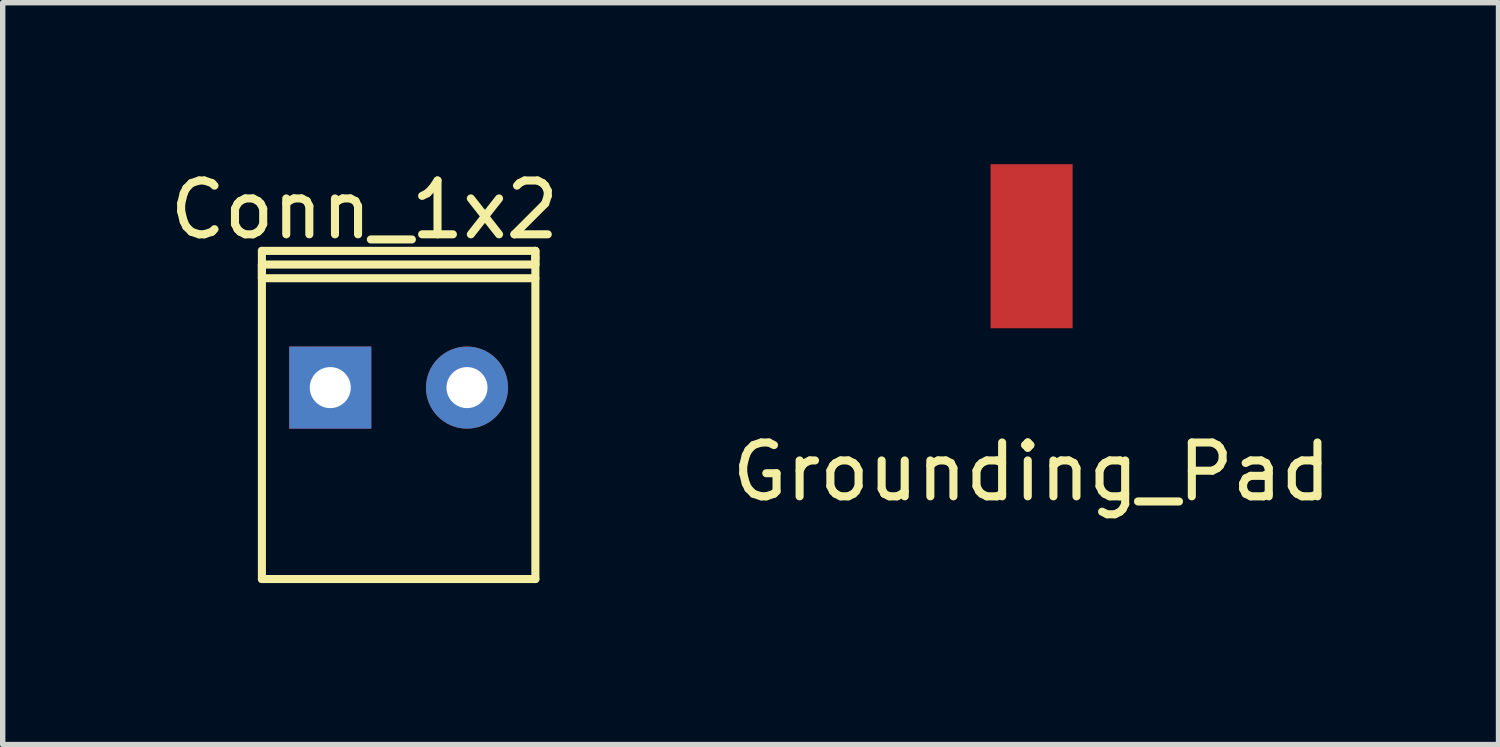
<source format=kicad_pcb>
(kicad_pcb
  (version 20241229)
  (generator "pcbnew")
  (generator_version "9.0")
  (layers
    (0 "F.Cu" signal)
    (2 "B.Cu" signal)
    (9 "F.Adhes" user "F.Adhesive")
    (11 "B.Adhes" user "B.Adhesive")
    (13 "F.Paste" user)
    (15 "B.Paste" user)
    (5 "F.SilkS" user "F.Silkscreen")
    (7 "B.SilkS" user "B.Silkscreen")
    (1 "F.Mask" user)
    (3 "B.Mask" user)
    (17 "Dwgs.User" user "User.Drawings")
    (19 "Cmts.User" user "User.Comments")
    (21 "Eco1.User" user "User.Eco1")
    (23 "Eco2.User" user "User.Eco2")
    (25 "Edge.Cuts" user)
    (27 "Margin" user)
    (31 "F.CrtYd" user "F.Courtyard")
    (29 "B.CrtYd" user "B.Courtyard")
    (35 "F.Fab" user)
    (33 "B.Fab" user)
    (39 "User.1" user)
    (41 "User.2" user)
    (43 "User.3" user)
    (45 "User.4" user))
  (footprint "Grounding_Pad"
    (layer "F.Cu")
    (at 16.113 1.651)
    (property "Reference" "Grounding_Pad" (at 0 4.064 0) (layer "F.SilkS") (effects (font (size 1 1) (thickness 0.15))))
    (attr through_hole)
    (pad "1" smd rect (at 0 -0.127) (size 1.524 3.048) (layers "F.Cu" "F.Mask" "F.Paste")))
  (footprint "Conn_1x2"
    (layer "F.Cu")
    (at 4.355 4.15)
    (property "Reference" "Conn_1x2" (at -0.635 -3.302 0) (layer "F.SilkS") (effects (font (size 1 1) (thickness 0.15))))
    (attr through_hole)
    (fp_line (start -2.54 -2.54) (end -2.54 3.556) (stroke (width 0.15) (type solid)) (layer "F.SilkS"))
    (fp_line (start -2.54 -2.286) (end -2.54 -2.032) (stroke (width 0.15) (type solid)) (layer "F.SilkS"))
    (fp_line (start -2.54 -2.032) (end 2.54 -2.032) (stroke (width 0.15) (type solid)) (layer "F.SilkS"))
    (fp_line (start -2.54 3.556) (end 2.54 3.556) (stroke (width 0.15) (type solid)) (layer "F.SilkS"))
    (fp_line (start 2.54 -2.54) (end -2.54 -2.54) (stroke (width 0.15) (type solid)) (layer "F.SilkS"))
    (fp_line (start 2.54 -2.54) (end 2.54 -2.413) (stroke (width 0.15) (type solid)) (layer "F.SilkS"))
    (fp_line (start 2.54 -2.413) (end 2.54 -2.286) (stroke (width 0.15) (type solid)) (layer "F.SilkS"))
    (fp_line (start 2.54 -2.286) (end -2.54 -2.286) (stroke (width 0.15) (type solid)) (layer "F.SilkS"))
    (fp_line (start 2.54 3.556) (end 2.54 -2.54) (stroke (width 0.15) (type solid)) (layer "F.SilkS"))
    (pad "1" thru_hole rect (at -1.27 0) (size 1.524 1.524) (drill 0.762) (layers "*.Cu" "*.Mask"))
    (pad "2" thru_hole circle (at 1.27 0) (size 1.524 1.524) (drill 0.762) (layers "*.Cu" "*.Mask")))
  (gr_rect
    (start -3 -3)
    (end 24.786 10.781)
    (stroke (width 0.1) (type default))
    (fill no)
    (layer "Edge.Cuts")))
</source>
